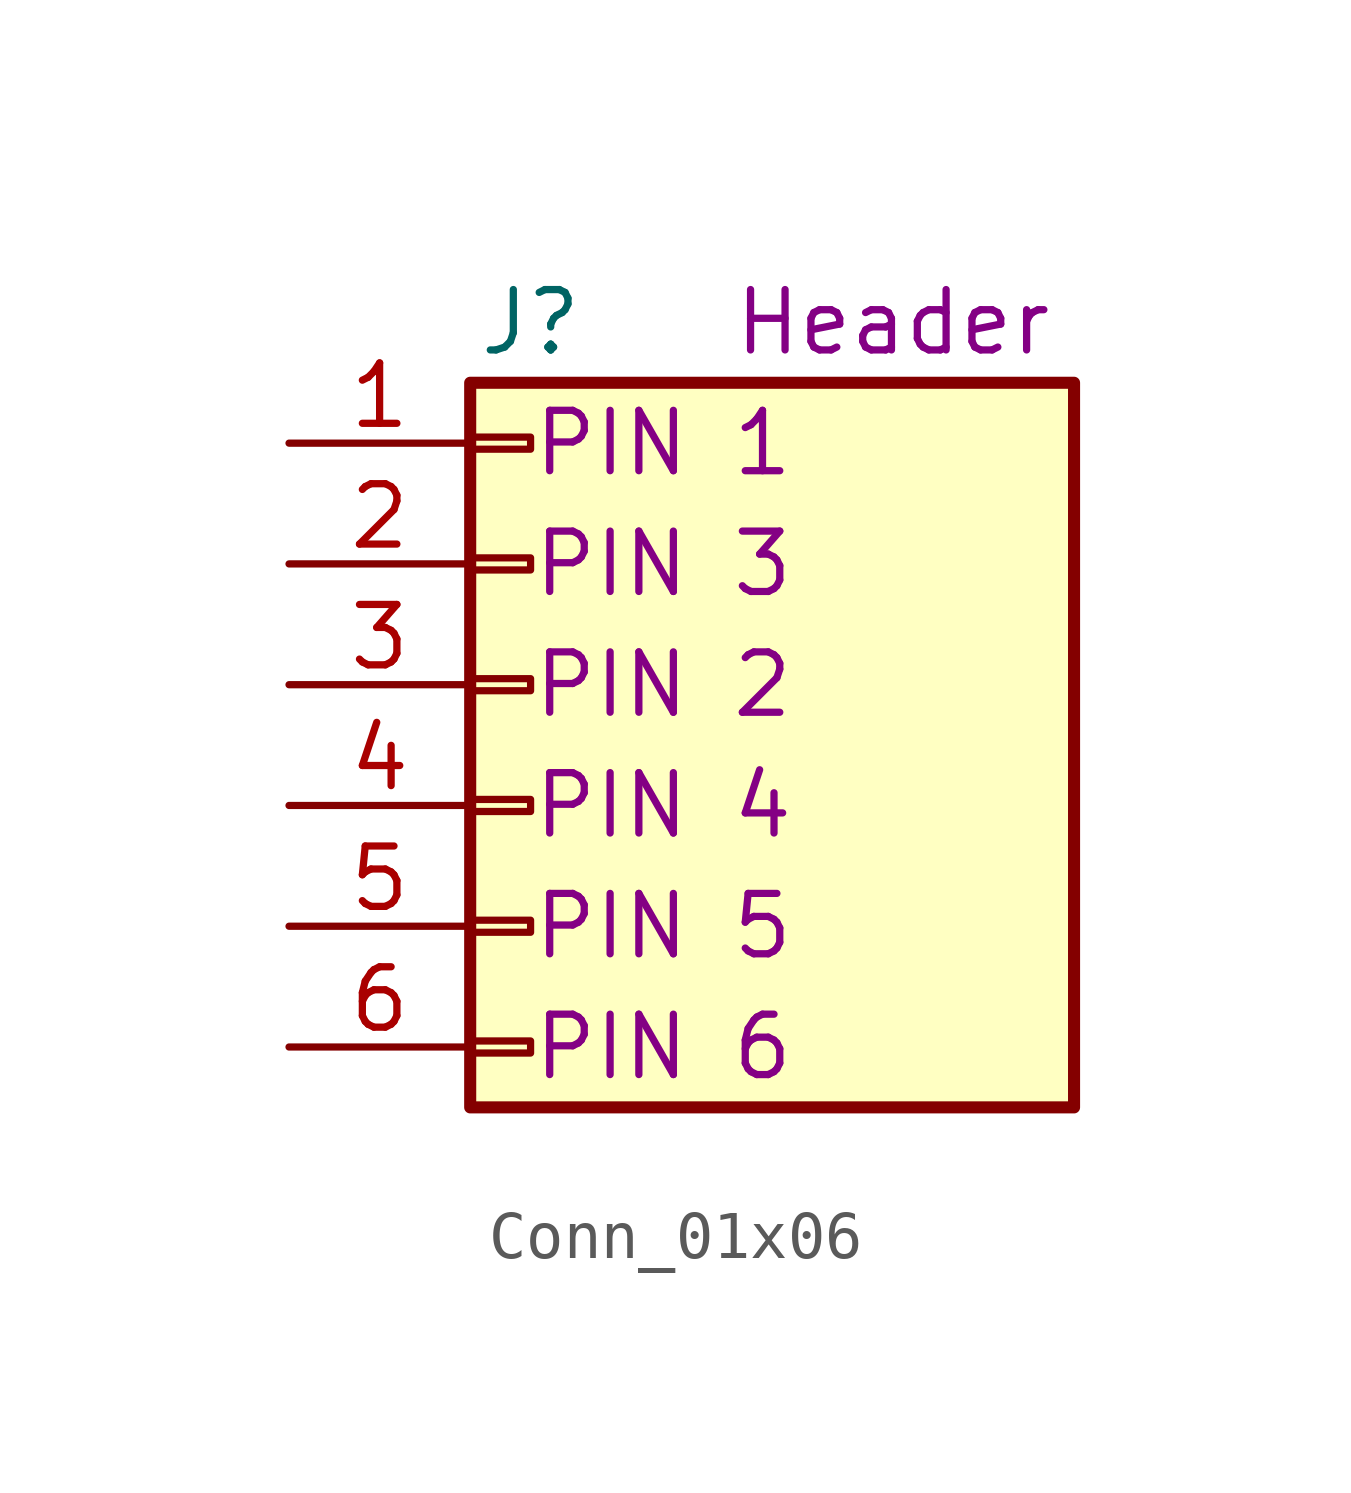
<source format=kicad_sym>
(kicad_symbol_lib
  (version 20241209)
  (generator "kicad_symbol_editor")
  (generator_version "9.0")
  (symbol "Conn_01x06"
    (pin_names
      (offset 1.016)
      (hide yes))
    (property "Reference" "J"
      (at 0 5.08 0)
      (effects (font (size 1.27 1.27))))
    (property "Purpose Pin1" "PIN 1"
      (at 0 2.54 0)
      (do_not_autoplace)
      (effects (font (size 1.27 1.27)) (justify left)))
    (property "Purpose Pin2" "PIN 2"
      (at 0 -2.54 0)
      (do_not_autoplace)
      (effects (font (size 1.27 1.27)) (justify left)))
    (property "Purpose Pin3" "PIN 3"
      (at 0 0 0)
      (do_not_autoplace)
      (effects (font (size 1.27 1.27)) (justify left)))
    (property "Purpose Pin4" "PIN 4"
      (at 0 -5.08 0)
      (do_not_autoplace)
      (effects (font (size 1.27 1.27)) (justify left)))
    (property "Purpose Pin5" "PIN 5"
      (at 0 -7.62 0)
      (do_not_autoplace)
      (effects (font (size 1.27 1.27)) (justify left)))
    (property "Purpose Pin6" "PIN 6"
      (at 0 -10.16 0)
      (do_not_autoplace)
      (effects (font (size 1.27 1.27)) (justify left)))
    (property "Purpose" "Header"
      (at 7.62 5.08 0)
      (effects (font (size 1.27 1.27))))
    (symbol "Conn_01x06_1_1"
      (rectangle (start -1.27 3.81) (end 11.43 -11.43) (stroke (width 0.254) (type default)) (fill (type background)))
      (rectangle (start -1.27 2.667) (end 0 2.413) (stroke (width 0.152) (type default)) (fill (type none)))
      (rectangle (start -1.27 0.127) (end 0 -0.127) (stroke (width 0.152) (type default)) (fill (type none)))
      (rectangle (start -1.27 -2.413) (end 0 -2.667) (stroke (width 0.152) (type default)) (fill (type none)))
      (rectangle (start -1.27 -4.953) (end 0 -5.207) (stroke (width 0.152) (type default)) (fill (type none)))
      (rectangle (start -1.27 -7.493) (end 0 -7.747) (stroke (width 0.152) (type default)) (fill (type none)))
      (rectangle (start -1.27 -10.033) (end 0 -10.287) (stroke (width 0.152) (type default)) (fill (type none)))
      (pin passive line (at -5.08 2.54 0) (length 3.81) (name "Pin_1" (effects (font (size 1.27 1.27)))) (number "1" (effects (font (size 1.27 1.27)))))
      (pin passive line (at -5.08 0 0) (length 3.81) (name "Pin_2" (effects (font (size 1.27 1.27)))) (number "2" (effects (font (size 1.27 1.27)))))
      (pin passive line (at -5.08 -2.54 0) (length 3.81) (name "Pin_3" (effects (font (size 1.27 1.27)))) (number "3" (effects (font (size 1.27 1.27)))))
      (pin passive line (at -5.08 -5.08 0) (length 3.81) (name "Pin_4" (effects (font (size 1.27 1.27)))) (number "4" (effects (font (size 1.27 1.27)))))
      (pin passive line (at -5.08 -7.62 0) (length 3.81) (name "Pin_5" (effects (font (size 1.27 1.27)))) (number "5" (effects (font (size 1.27 1.27)))))
      (pin passive line (at -5.08 -10.16 0) (length 3.81) (name "Pin_6" (effects (font (size 1.27 1.27)))) (number "6" (effects (font (size 1.27 1.27))))))))
</source>
